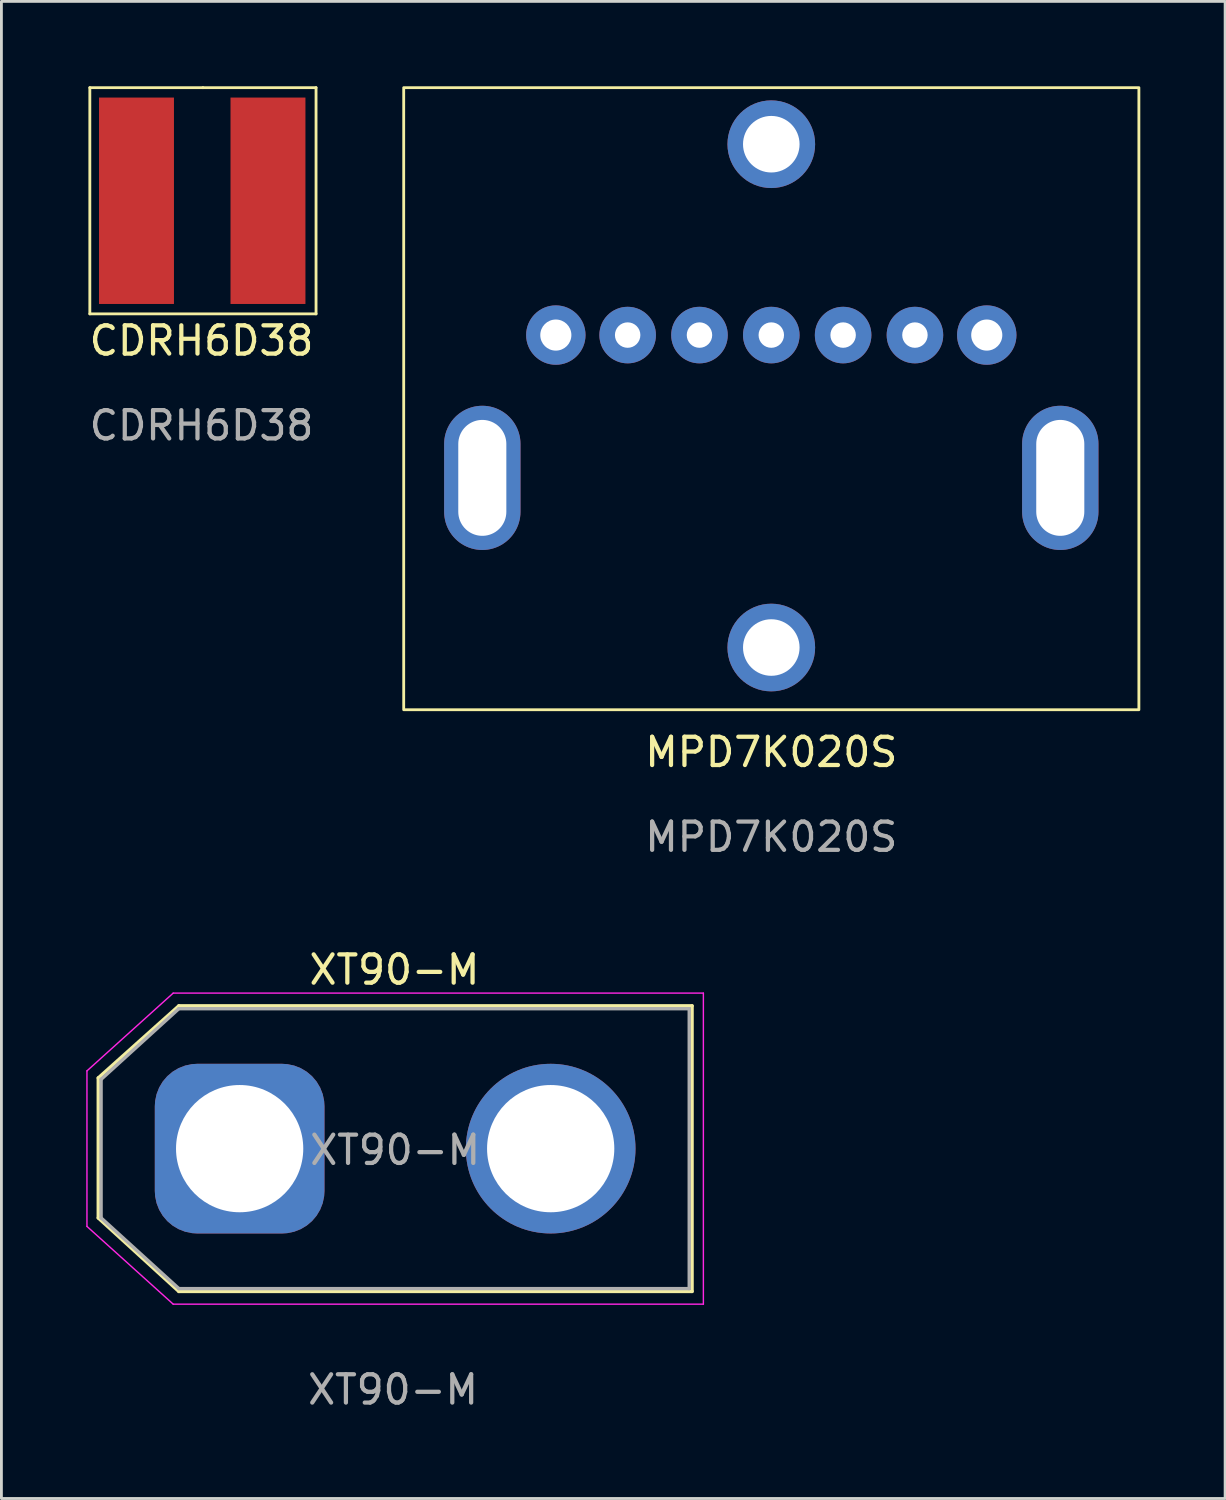
<source format=kicad_pcb>
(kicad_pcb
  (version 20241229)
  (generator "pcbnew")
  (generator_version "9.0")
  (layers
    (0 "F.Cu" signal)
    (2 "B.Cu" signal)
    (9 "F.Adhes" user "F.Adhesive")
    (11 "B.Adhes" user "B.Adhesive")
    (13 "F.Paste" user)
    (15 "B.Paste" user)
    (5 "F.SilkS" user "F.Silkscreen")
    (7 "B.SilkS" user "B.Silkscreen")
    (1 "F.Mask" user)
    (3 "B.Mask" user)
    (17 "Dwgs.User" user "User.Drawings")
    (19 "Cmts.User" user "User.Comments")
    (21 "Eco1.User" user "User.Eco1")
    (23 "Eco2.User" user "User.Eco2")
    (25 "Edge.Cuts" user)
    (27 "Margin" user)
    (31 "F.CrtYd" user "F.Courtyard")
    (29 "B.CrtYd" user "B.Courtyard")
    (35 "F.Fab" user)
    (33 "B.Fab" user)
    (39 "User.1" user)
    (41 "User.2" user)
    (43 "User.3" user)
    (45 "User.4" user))
  (footprint "XT90-M"
    (layer "F.Cu")
    (at 10.9 43.697)
    (property "Reference" "XT90-M" (at 0 -12.45 0) (unlocked yes) (layer "F.SilkS") (effects (font (size 1 1) (thickness 0.15))))
    (attr through_hole)
    (fp_line (start -10.475 -8.625) (end -10.475 -3.675) (stroke (width 0.12) (type solid)) (layer "F.SilkS"))
    (fp_line (start -10.475 -3.675) (end -7.625 -1.075) (stroke (width 0.12) (type solid)) (layer "F.SilkS"))
    (fp_line (start -7.625 -11.175) (end -10.475 -8.625) (stroke (width 0.12) (type solid)) (layer "F.SilkS"))
    (fp_line (start -7.625 -1.075) (end 10.525 -1.075) (stroke (width 0.12) (type solid)) (layer "F.SilkS"))
    (fp_line (start 10.525 -11.175) (end -7.625 -11.175) (stroke (width 0.12) (type solid)) (layer "F.SilkS"))
    (fp_line (start 10.525 -1.075) (end 10.525 -11.175) (stroke (width 0.12) (type solid)) (layer "F.SilkS"))
    (fp_line (start -10.875 -8.875) (end -7.825 -11.625) (stroke (width 0.05) (type solid)) (layer "F.CrtYd"))
    (fp_line (start -10.875 -3.375) (end -10.875 -8.875) (stroke (width 0.05) (type solid)) (layer "F.CrtYd"))
    (fp_line (start -7.825 -11.625) (end 10.925 -11.625) (stroke (width 0.05) (type solid)) (layer "F.CrtYd"))
    (fp_line (start -7.825 -0.625) (end -10.875 -3.375) (stroke (width 0.05) (type solid)) (layer "F.CrtYd"))
    (fp_line (start 10.925 -11.625) (end 10.925 -0.625) (stroke (width 0.05) (type solid)) (layer "F.CrtYd"))
    (fp_line (start 10.925 -0.625) (end -7.825 -0.625) (stroke (width 0.05) (type solid)) (layer "F.CrtYd"))
    (fp_line (start -10.375 -8.575) (end -10.375 -3.675) (stroke (width 0.12) (type solid)) (layer "F.Fab"))
    (fp_line (start -10.375 -3.675) (end -7.625 -1.175) (stroke (width 0.12) (type solid)) (layer "F.Fab"))
    (fp_line (start -7.625 -11.075) (end -10.375 -8.575) (stroke (width 0.12) (type solid)) (layer "F.Fab"))
    (fp_line (start -7.625 -1.175) (end 10.425 -1.175) (stroke (width 0.12) (type solid)) (layer "F.Fab"))
    (fp_line (start 10.425 -11.075) (end -7.625 -11.075) (stroke (width 0.12) (type solid)) (layer "F.Fab"))
    (fp_line (start 10.425 -1.175) (end 10.425 -11.075) (stroke (width 0.12) (type solid)) (layer "F.Fab"))
    (fp_text user "${REFERENCE}" (at -0.05 2.4 0) (unlocked yes) (layer "F.Fab") (effects (font (size 1 1) (thickness 0.15))))
    (fp_text user "${REFERENCE}" (at 0.025 -6.075 0) (layer "F.Fab") (effects (font (size 1 1) (thickness 0.15))))
    (pad "1" thru_hole roundrect (at -5.475 -6.125) (size 6 6) (drill 4.5) (layers "*.Cu" "*.Mask") (roundrect_rratio 0.25))
    (pad "2" thru_hole circle (at 5.525 -6.125) (size 6 6) (drill 4.5) (layers "*.Cu" "*.Mask")))
  (footprint "CDRH6D38"
    (layer "F.Cu")
    (at 4.127 4.05)
    (property "Reference" "CDRH6D38" (at -0.05 4.95 0) (unlocked yes) (layer "F.SilkS") (effects (font (size 1 1) (thickness 0.15))))
    (attr smd)
    (fp_line (start -4 -4) (end -4 4) (stroke (width 0.1) (type default)) (layer "F.SilkS"))
    (fp_line (start -4 4) (end 4 4) (stroke (width 0.1) (type default)) (layer "F.SilkS"))
    (fp_line (start 0 -4) (end -4 -4) (stroke (width 0.1) (type default)) (layer "F.SilkS"))
    (fp_line (start 4 -4) (end 0 -4) (stroke (width 0.1) (type default)) (layer "F.SilkS"))
    (fp_line (start 4 4) (end 4 -4) (stroke (width 0.1) (type default)) (layer "F.SilkS"))
    (fp_text user "${REFERENCE}" (at -0.05 7.95 0) (unlocked yes) (layer "F.Fab") (effects (font (size 1 1) (thickness 0.15))))
    (pad "1" smd rect (at -2.35 0 90) (size 7.3 2.65) (layers "F.Cu" "F.Mask" "F.Paste"))
    (pad "2" smd rect (at 2.3 0 90) (size 7.3 2.65) (layers "F.Cu" "F.Mask" "F.Paste")))
  (footprint "MPD7K020S"
    (layer "F.Cu")
    (at 24.227 11.05)
    (property "Reference" "MPD7K020S" (at 0 12.5 0) (unlocked yes) (layer "F.SilkS") (effects (font (size 1 1) (thickness 0.15))))
    (attr through_hole)
    (fp_rect (start -13 -11) (end 13 11) (stroke (width 0.1) (type default)) (fill no) (layer "F.SilkS"))
    (fp_text user "${REFERENCE}" (at 0 15.5 0) (unlocked yes) (layer "F.Fab") (effects (font (size 1 1) (thickness 0.15))))
    (pad "1" thru_hole circle (at -7.62 -2.25 90) (size 2.1 2.1) (drill 1.1) (layers "*.Cu" "*.Mask"))
    (pad "2" thru_hole circle (at -5.08 -2.25 90) (size 2 2) (drill 0.9) (layers "*.Cu" "*.Mask"))
    (pad "3" thru_hole circle (at -2.54 -2.25 90) (size 2 2) (drill 0.9) (layers "*.Cu" "*.Mask"))
    (pad "4" thru_hole circle (at 0 -2.25 90) (size 2 2) (drill 0.9) (layers "*.Cu" "*.Mask"))
    (pad "5" thru_hole circle (at 2.54 -2.25 90) (size 2 2) (drill 0.9) (layers "*.Cu" "*.Mask"))
    (pad "6" thru_hole circle (at 5.08 -2.25 90) (size 2 2) (drill 0.9) (layers "*.Cu" "*.Mask"))
    (pad "7" thru_hole circle (at 7.62 -2.25 90) (size 2.1 2.1) (drill 1.1) (layers "*.Cu" "*.Mask"))
    (pad "GND" thru_hole oval (at -10.22 2.8 90) (size 5.1 2.7) (drill oval 4.1 1.7) (layers "*.Cu" "*.Mask"))
    (pad "GND" thru_hole circle (at 0 -9 90) (size 3.1 3.1) (drill 2) (layers "*.Cu" "*.Mask"))
    (pad "GND" thru_hole circle (at 0 8.8 90) (size 3.1 3.1) (drill 2) (layers "*.Cu" "*.Mask"))
    (pad "GND" thru_hole oval (at 10.22 2.8 90) (size 5.1 2.7) (drill oval 4.1 1.7) (layers "*.Cu" "*.Mask")))
  (gr_rect
    (start -3 -3)
    (end 40.277 49.945)
    (stroke (width 0.1) (type default))
    (fill no)
    (layer "Edge.Cuts")))
</source>
